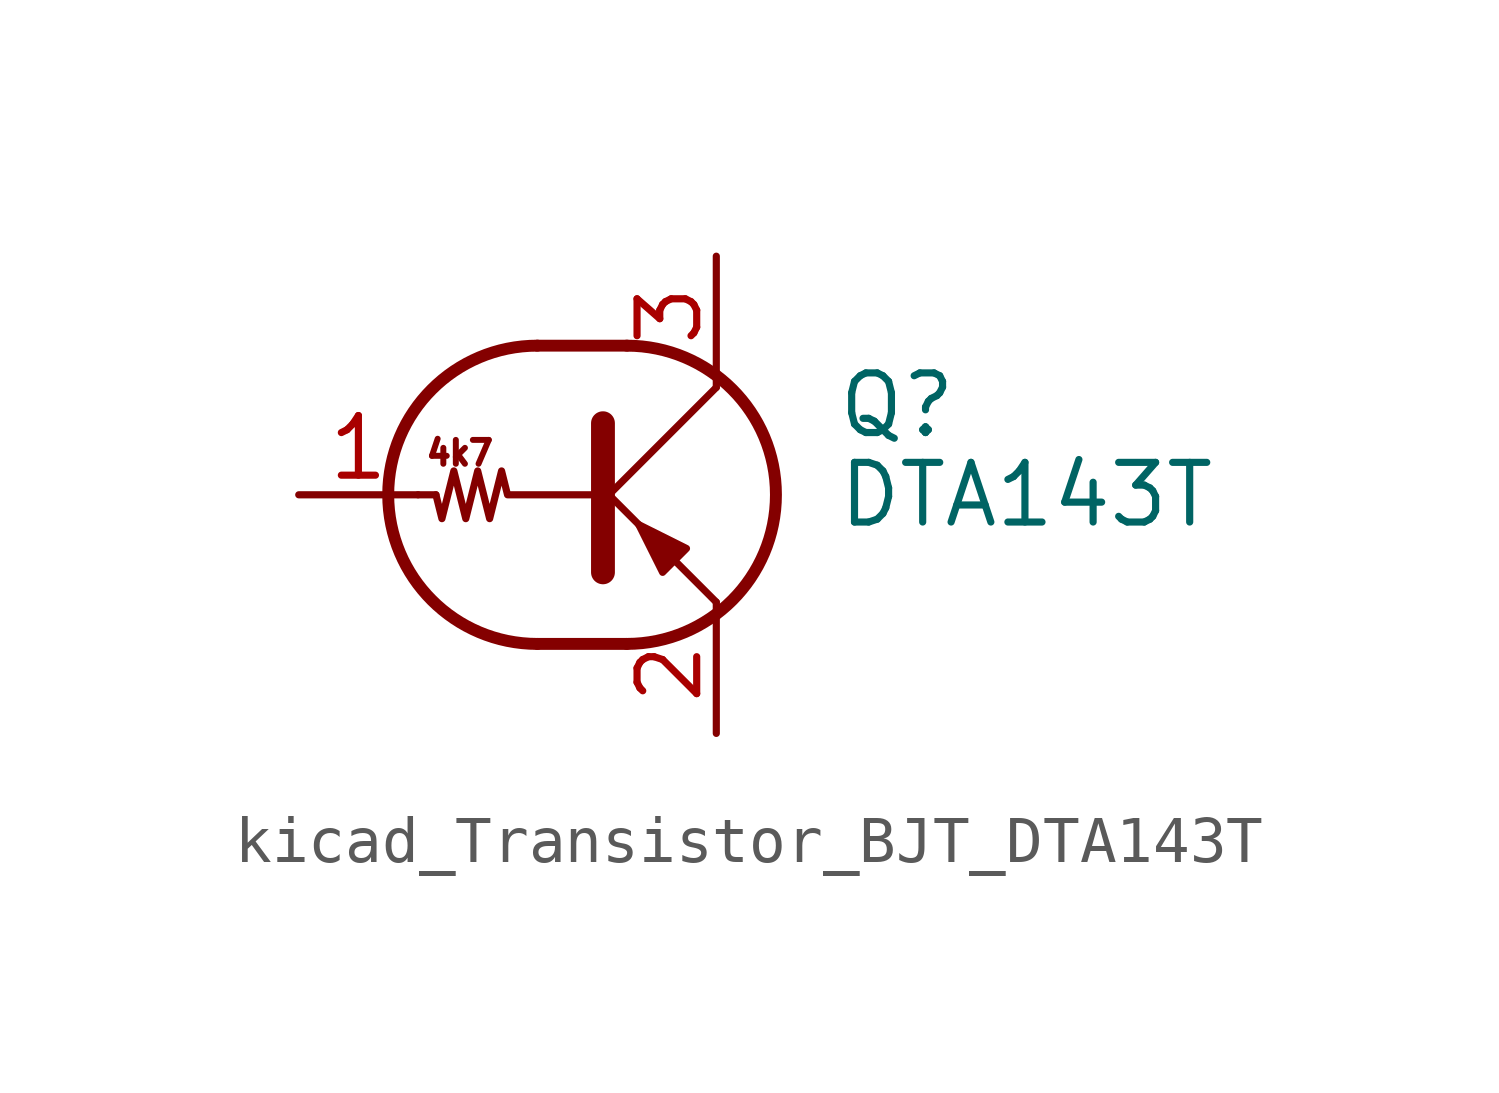
<source format=kicad_sym>
(kicad_symbol_lib
  (version 20220914)
  (generator kicad_symbol_editor)
  (symbol "kicad_Transistor_BJT_DTA143T"
    (pin_names
      (offset 0) hide)
    (property "Reference" "Q"
      (at 5.08 1.905 0)
      (effects (font (size 1.27 1.27)) (justify left)))
    (property "Value" "DTA143T"
      (at 5.08 0 0)
      (effects (font (size 1.27 1.27)) (justify left)))
    (symbol "kicad_Transistor_BJT_DTA143T_0_0"
      (polyline (pts (xy 2.54 -2.286) (xy 2.54 -2.54)) (stroke (width 0) (type default)) (fill (type none)))
      (text "4k7" (at -2.921 0.889 0) (effects (font (size 0.508 0.508)))))
    (symbol "kicad_Transistor_BJT_DTA143T_0_1"
      (arc (start -1.27 3.175) (mid -4.4312 0) (end -1.27 -3.175) (stroke (width 0.254) (type default)) (fill (type none)))
      (polyline (pts (xy -3.429 0) (xy -3.81 0)) (stroke (width 0) (type default)) (fill (type none)))
      (polyline (pts (xy -1.27 -3.175) (xy 0.635 -3.175)) (stroke (width 0.254) (type default)) (fill (type none)))
      (polyline (pts (xy -1.27 3.175) (xy 0.635 3.175)) (stroke (width 0.254) (type default)) (fill (type none)))
      (polyline (pts (xy 0 -0.254) (xy 2.54 2.286)) (stroke (width 0) (type default)) (fill (type none)))
      (polyline (pts (xy 0.127 1.524) (xy 0.127 -1.651)) (stroke (width 0.508) (type default)) (fill (type outline)))
      (polyline (pts (xy 2.54 2.286) (xy 2.54 2.54)) (stroke (width 0) (type default)) (fill (type none)))
      (polyline (pts (xy 2.54 -2.286) (xy 0 0.254) (xy 0 0.254)) (stroke (width 0) (type default)) (fill (type none)))
      (polyline (pts (xy 1.397 -1.651) (xy 1.905 -1.143) (xy 0.889 -0.635) (xy 1.397 -1.651)) (stroke (width 0) (type default)) (fill (type outline)))
      (polyline (pts (xy 0 0) (xy -1.905 0) (xy -2.032 0.508) (xy -2.286 -0.508) (xy -2.54 0.508) (xy -2.794 -0.508) (xy -3.048 0.508) (xy -3.302 -0.508) (xy -3.429 0)) (stroke (width 0) (type default)) (fill (type none)))
      (arc (start 0.635 -3.175) (mid 3.7962 0) (end 0.635 3.175) (stroke (width 0.254) (type default)) (fill (type none))))
    (symbol "kicad_Transistor_BJT_DTA143T_1_1"
      (pin input line (at -6.35 0 0) (length 2.54) (name "B" (effects (font (size 1.27 1.27)))) (number "1" (effects (font (size 1.27 1.27)))))
      (pin passive line (at 2.54 -5.08 90) (length 2.54) (name "E" (effects (font (size 1.27 1.27)))) (number "2" (effects (font (size 1.27 1.27)))))
      (pin passive line (at 2.54 5.08 270) (length 2.54) (name "C" (effects (font (size 1.27 1.27)))) (number "3" (effects (font (size 1.27 1.27))))))))
</source>
